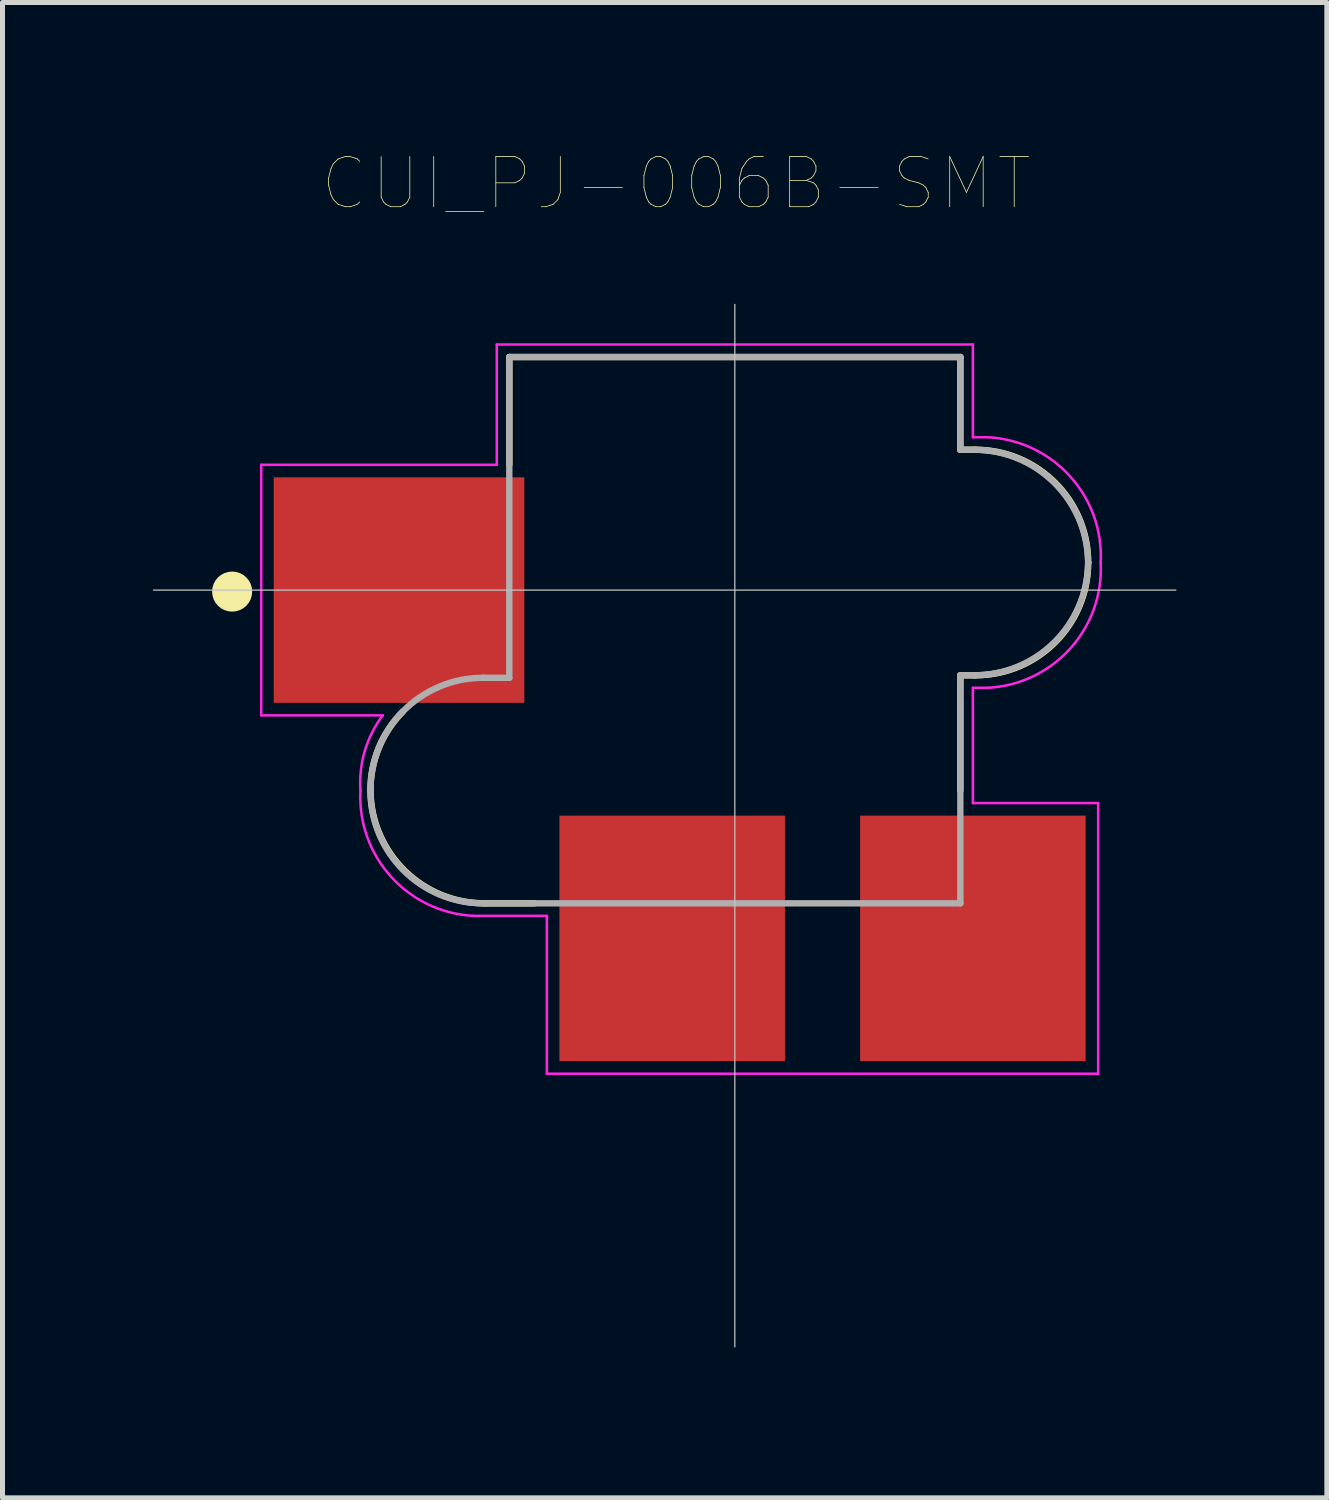
<source format=kicad_pcb>
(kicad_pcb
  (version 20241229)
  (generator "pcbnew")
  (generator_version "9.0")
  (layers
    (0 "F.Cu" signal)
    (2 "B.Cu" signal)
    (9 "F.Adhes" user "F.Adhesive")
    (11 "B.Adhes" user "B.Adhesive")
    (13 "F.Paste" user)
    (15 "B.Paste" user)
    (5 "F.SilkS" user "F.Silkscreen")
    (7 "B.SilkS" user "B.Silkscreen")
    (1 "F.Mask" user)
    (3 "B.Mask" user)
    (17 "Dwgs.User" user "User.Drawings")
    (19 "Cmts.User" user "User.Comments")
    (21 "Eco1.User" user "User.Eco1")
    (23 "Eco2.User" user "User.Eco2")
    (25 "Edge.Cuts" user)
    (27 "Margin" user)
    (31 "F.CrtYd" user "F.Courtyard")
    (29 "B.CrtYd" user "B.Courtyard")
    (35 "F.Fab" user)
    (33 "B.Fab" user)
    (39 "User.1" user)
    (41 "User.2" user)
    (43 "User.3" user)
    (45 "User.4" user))
  (footprint "CUI_PJ-006B-SMT"
    (layer "F.Cu")
    (at 4.912 8.724)
    (property "Reference" "CUI_PJ-006B-SMT" (at 5.53 -8.112 0) (layer "F.SilkS") (effects (font (size 1.001 1.001) (thickness 0.015))))
    (attr through_hole)
    (fp_line (start 1.73 6.25) (end 2.7 6.25) (stroke (width 0.127) (type solid)) (layer "F.SilkS"))
    (fp_line (start 2.2 -4.65) (end 2.2 -2.5) (stroke (width 0.127) (type solid)) (layer "F.SilkS"))
    (fp_line (start 11.2 -4.65) (end 2.2 -4.65) (stroke (width 0.127) (type solid)) (layer "F.SilkS"))
    (fp_line (start 11.2 -2.8) (end 11.2 -4.65) (stroke (width 0.127) (type solid)) (layer "F.SilkS"))
    (fp_line (start 11.2 -2.8) (end 11.5 -2.8) (stroke (width 0.127) (type solid)) (layer "F.SilkS"))
    (fp_line (start 11.2 1.7) (end 11.5 1.7) (stroke (width 0.127) (type solid)) (layer "F.SilkS"))
    (fp_line (start 11.2 4) (end 11.2 1.7) (stroke (width 0.127) (type solid)) (layer "F.SilkS"))
    (fp_arc (start -0.57 4) (mid -0.406146 3.151348) (end 0.07 2.43) (stroke (width 0.127) (type solid)) (layer "F.SilkS"))
    (fp_arc (start 1.73 6.25) (mid 0.11401 5.601346) (end -0.57 4) (stroke (width 0.127) (type solid)) (layer "F.SilkS"))
    (fp_arc (start 11.5 -2.8) (mid 13.09099 -2.14099) (end 13.75 -0.55) (stroke (width 0.127) (type solid)) (layer "F.SilkS"))
    (fp_arc (start 13.75 -0.55) (mid 13.09099 1.04099) (end 11.5 1.7) (stroke (width 0.127) (type solid)) (layer "F.SilkS"))
    (fp_circle (center -3.33 0.03) (end -3.13 0.03) (stroke (width 0.4) (type solid)) (fill no) (layer "F.SilkS"))
    (fp_line (start -4.9 0) (end 15.5 0) (stroke (width 0.025) (type solid)) (layer "Dwgs.User"))
    (fp_line (start 6.7 -5.7) (end 6.7 15.1) (stroke (width 0.025) (type solid)) (layer "Dwgs.User"))
    (fp_line (start -2.75 -2.5) (end 1.95 -2.5) (stroke (width 0.05) (type solid)) (layer "F.CrtYd"))
    (fp_line (start -2.75 2.5) (end -2.75 -2.5) (stroke (width 0.05) (type solid)) (layer "F.CrtYd"))
    (fp_line (start -0.325 2.5) (end -2.75 2.5) (stroke (width 0.05) (type solid)) (layer "F.CrtYd"))
    (fp_line (start 1.95 -4.9) (end 1.95 -2.5) (stroke (width 0.05) (type solid)) (layer "F.CrtYd"))
    (fp_line (start 2.95 6.5) (end 1.475 6.5) (stroke (width 0.05) (type solid)) (layer "F.CrtYd"))
    (fp_line (start 2.95 9.65) (end 2.95 6.5) (stroke (width 0.05) (type solid)) (layer "F.CrtYd"))
    (fp_line (start 11.45 -4.9) (end 1.95 -4.9) (stroke (width 0.05) (type solid)) (layer "F.CrtYd"))
    (fp_line (start 11.45 -3.05) (end 11.45 -4.9) (stroke (width 0.05) (type solid)) (layer "F.CrtYd"))
    (fp_line (start 11.45 -3.05) (end 11.75 -3.05) (stroke (width 0.05) (type solid)) (layer "F.CrtYd"))
    (fp_line (start 11.45 1.95) (end 11.75 1.95) (stroke (width 0.05) (type solid)) (layer "F.CrtYd"))
    (fp_line (start 11.45 4.25) (end 11.45 1.95) (stroke (width 0.05) (type solid)) (layer "F.CrtYd"))
    (fp_line (start 11.45 4.25) (end 13.95 4.25) (stroke (width 0.05) (type solid)) (layer "F.CrtYd"))
    (fp_line (start 13.95 4.25) (end 13.95 9.65) (stroke (width 0.05) (type solid)) (layer "F.CrtYd"))
    (fp_line (start 13.95 9.65) (end 2.95 9.65) (stroke (width 0.05) (type solid)) (layer "F.CrtYd"))
    (fp_arc (start -0.77 4) (mid -0.683122 3.209765) (end -0.325 2.5) (stroke (width 0.05) (type solid)) (layer "F.CrtYd"))
    (fp_arc (start 1.48 6.5) (mid -0.162767 5.71599) (end -0.77 4) (stroke (width 0.05) (type solid)) (layer "F.CrtYd"))
    (fp_arc (start 11.75 -3.05) (mid 13.392767 -2.26599) (end 14 -0.55) (stroke (width 0.05) (type solid)) (layer "F.CrtYd"))
    (fp_arc (start 14 -0.55) (mid 13.392767 1.16599) (end 11.75 1.95) (stroke (width 0.05) (type solid)) (layer "F.CrtYd"))
    (fp_line (start 1.68 6.25) (end 11.2 6.25) (stroke (width 0.127) (type solid)) (layer "F.Fab"))
    (fp_line (start 2.2 -4.65) (end 2.2 1.75) (stroke (width 0.127) (type solid)) (layer "F.Fab"))
    (fp_line (start 2.2 1.75) (end 1.68 1.75) (stroke (width 0.127) (type solid)) (layer "F.Fab"))
    (fp_line (start 11.2 -4.65) (end 2.2 -4.65) (stroke (width 0.127) (type solid)) (layer "F.Fab"))
    (fp_line (start 11.2 -2.8) (end 11.2 -4.65) (stroke (width 0.127) (type solid)) (layer "F.Fab"))
    (fp_line (start 11.2 -2.8) (end 11.45 -2.8) (stroke (width 0.127) (type solid)) (layer "F.Fab"))
    (fp_line (start 11.2 1.7) (end 11.45 1.7) (stroke (width 0.127) (type solid)) (layer "F.Fab"))
    (fp_line (start 11.2 6.25) (end 11.2 1.7) (stroke (width 0.127) (type solid)) (layer "F.Fab"))
    (fp_arc (start -0.57 4) (mid 0.08901 2.40901) (end 1.68 1.75) (stroke (width 0.127) (type solid)) (layer "F.Fab"))
    (fp_arc (start 1.68 6.25) (mid 0.08901 5.59099) (end -0.57 4) (stroke (width 0.127) (type solid)) (layer "F.Fab"))
    (fp_arc (start 11.45 -2.8) (mid 13.06599 -2.151346) (end 13.75 -0.55) (stroke (width 0.127) (type solid)) (layer "F.Fab"))
    (fp_arc (start 13.75 -0.55) (mid 13.06599 1.051346) (end 11.45 1.7) (stroke (width 0.127) (type solid)) (layer "F.Fab"))
    (pad "1" smd rect (at 0 0) (size 5 4.5) (layers "F.Cu" "F.Mask" "F.Paste"))
    (pad "2" smd rect (at 5.45 6.95) (size 4.5 4.9) (layers "F.Cu" "F.Mask" "F.Paste"))
    (pad "3" smd rect (at 11.45 6.95) (size 4.5 4.9) (layers "F.Cu" "F.Mask" "F.Paste")))
  (gr_rect
    (start -3 -3)
    (end 23.425 26.837)
    (stroke (width 0.1) (type default))
    (fill no)
    (layer "Edge.Cuts")))
</source>
